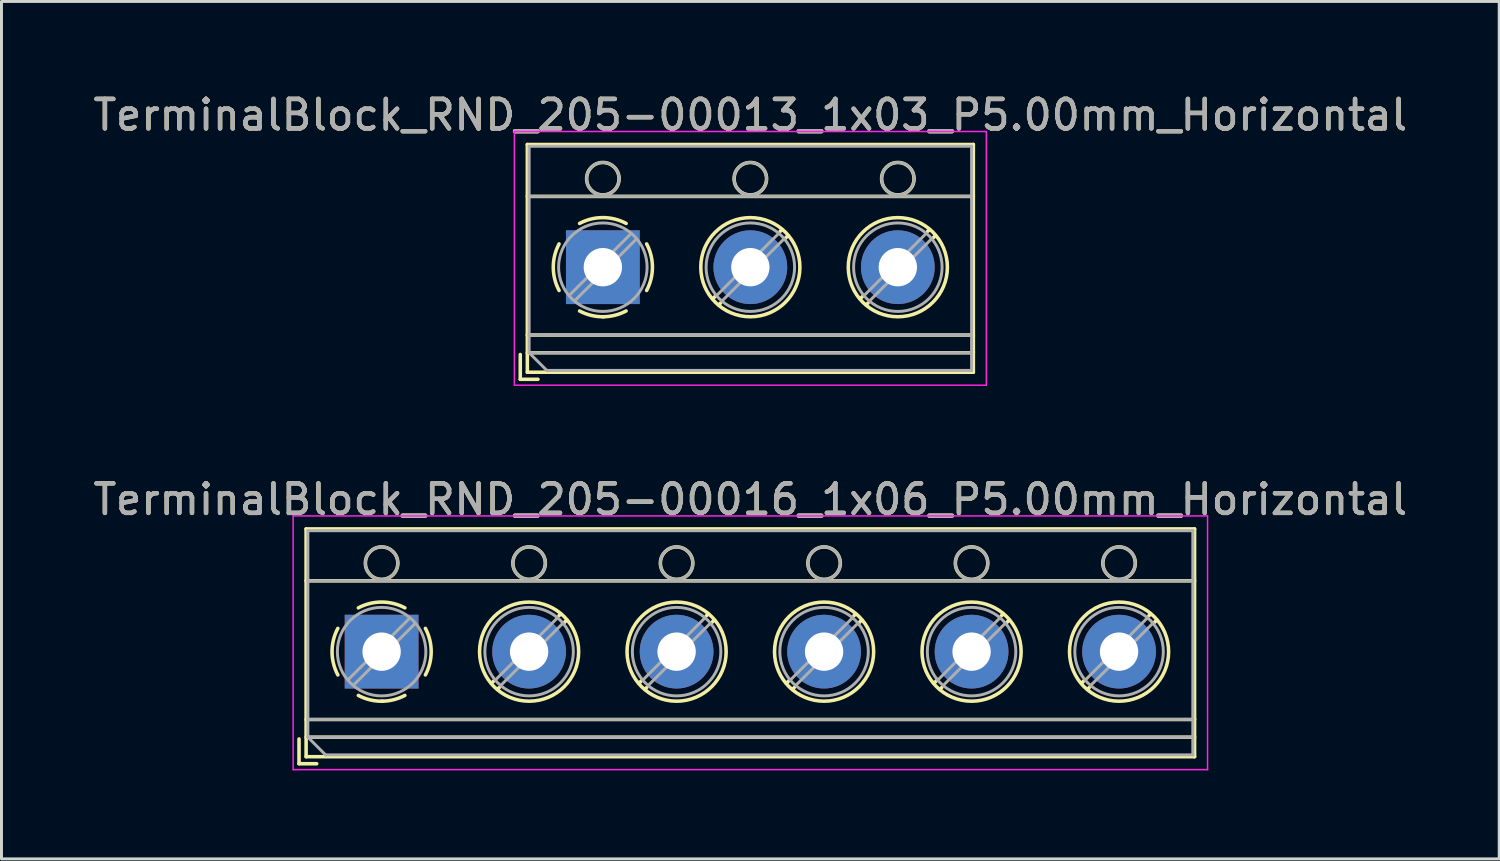
<source format=kicad_pcb>
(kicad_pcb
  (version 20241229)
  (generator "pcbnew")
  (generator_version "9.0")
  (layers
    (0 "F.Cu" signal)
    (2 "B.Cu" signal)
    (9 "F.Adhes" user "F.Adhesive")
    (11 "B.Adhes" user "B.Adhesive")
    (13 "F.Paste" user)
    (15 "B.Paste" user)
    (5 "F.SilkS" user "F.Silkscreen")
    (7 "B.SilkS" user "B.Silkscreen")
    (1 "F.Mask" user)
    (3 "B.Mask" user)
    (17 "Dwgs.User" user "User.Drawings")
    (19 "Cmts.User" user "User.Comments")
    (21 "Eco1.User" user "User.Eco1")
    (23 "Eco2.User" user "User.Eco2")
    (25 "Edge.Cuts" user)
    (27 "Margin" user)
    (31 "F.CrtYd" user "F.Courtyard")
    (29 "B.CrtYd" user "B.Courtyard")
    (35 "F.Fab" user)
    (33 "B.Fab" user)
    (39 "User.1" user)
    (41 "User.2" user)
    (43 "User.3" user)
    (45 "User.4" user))
  (footprint "TerminalBlock_RND_205-00016_1x06_P5.00mm_Horizontal"
    (layer "F.Cu")
    (at 9.887 19.041)
    (property "Reference" "TerminalBlock_RND_205-00016_1x06_P5.00mm_Horizontal" (at 12.5 -5.16 0) (layer "F.SilkS") (effects (font (size 1 1) (thickness 0.15))))
    (attr through_hole)
    (fp_line (start -2.8 2.96) (end -2.8 3.8) (stroke (width 0.12) (type solid)) (layer "F.SilkS"))
    (fp_line (start -2.8 3.8) (end -2.2 3.8) (stroke (width 0.12) (type solid)) (layer "F.SilkS"))
    (fp_line (start -2.56 -4.16) (end -2.56 3.561) (stroke (width 0.12) (type solid)) (layer "F.SilkS"))
    (fp_line (start -2.56 -4.16) (end 27.56 -4.16) (stroke (width 0.12) (type solid)) (layer "F.SilkS"))
    (fp_line (start -2.56 -2.4) (end 27.56 -2.4) (stroke (width 0.12) (type solid)) (layer "F.SilkS"))
    (fp_line (start -2.56 2.3) (end 27.56 2.3) (stroke (width 0.12) (type solid)) (layer "F.SilkS"))
    (fp_line (start -2.56 2.9) (end 27.56 2.9) (stroke (width 0.12) (type solid)) (layer "F.SilkS"))
    (fp_line (start -2.56 3.561) (end 27.56 3.561) (stroke (width 0.12) (type solid)) (layer "F.SilkS"))
    (fp_line (start 3.82 0.976) (end 3.726 1.069) (stroke (width 0.12) (type solid)) (layer "F.SilkS"))
    (fp_line (start 3.99 1.216) (end 3.931 1.274) (stroke (width 0.12) (type solid)) (layer "F.SilkS"))
    (fp_line (start 6.07 -1.275) (end 6.011 -1.216) (stroke (width 0.12) (type solid)) (layer "F.SilkS"))
    (fp_line (start 6.275 -1.069) (end 6.181 -0.976) (stroke (width 0.12) (type solid)) (layer "F.SilkS"))
    (fp_line (start 8.82 0.976) (end 8.726 1.069) (stroke (width 0.12) (type solid)) (layer "F.SilkS"))
    (fp_line (start 8.99 1.216) (end 8.931 1.274) (stroke (width 0.12) (type solid)) (layer "F.SilkS"))
    (fp_line (start 11.07 -1.275) (end 11.011 -1.216) (stroke (width 0.12) (type solid)) (layer "F.SilkS"))
    (fp_line (start 11.275 -1.069) (end 11.181 -0.976) (stroke (width 0.12) (type solid)) (layer "F.SilkS"))
    (fp_line (start 13.82 0.976) (end 13.726 1.069) (stroke (width 0.12) (type solid)) (layer "F.SilkS"))
    (fp_line (start 13.99 1.216) (end 13.931 1.274) (stroke (width 0.12) (type solid)) (layer "F.SilkS"))
    (fp_line (start 16.07 -1.275) (end 16.011 -1.216) (stroke (width 0.12) (type solid)) (layer "F.SilkS"))
    (fp_line (start 16.275 -1.069) (end 16.181 -0.976) (stroke (width 0.12) (type solid)) (layer "F.SilkS"))
    (fp_line (start 18.82 0.976) (end 18.726 1.069) (stroke (width 0.12) (type solid)) (layer "F.SilkS"))
    (fp_line (start 18.99 1.216) (end 18.931 1.274) (stroke (width 0.12) (type solid)) (layer "F.SilkS"))
    (fp_line (start 21.07 -1.275) (end 21.011 -1.216) (stroke (width 0.12) (type solid)) (layer "F.SilkS"))
    (fp_line (start 21.275 -1.069) (end 21.181 -0.976) (stroke (width 0.12) (type solid)) (layer "F.SilkS"))
    (fp_line (start 23.82 0.976) (end 23.726 1.069) (stroke (width 0.12) (type solid)) (layer "F.SilkS"))
    (fp_line (start 23.99 1.216) (end 23.931 1.274) (stroke (width 0.12) (type solid)) (layer "F.SilkS"))
    (fp_line (start 26.07 -1.275) (end 26.011 -1.216) (stroke (width 0.12) (type solid)) (layer "F.SilkS"))
    (fp_line (start 26.275 -1.069) (end 26.181 -0.976) (stroke (width 0.12) (type solid)) (layer "F.SilkS"))
    (fp_line (start 27.56 -4.16) (end 27.56 3.561) (stroke (width 0.12) (type solid)) (layer "F.SilkS"))
    (fp_arc (start -1.483953 0.789089) (mid -1.680708 0.00005) (end -1.484 -0.789) (stroke (width 0.12) (type solid)) (layer "F.SilkS"))
    (fp_arc (start -0.789089 -1.483953) (mid -0.00005 -1.680708) (end 0.789 -1.484) (stroke (width 0.12) (type solid)) (layer "F.SilkS"))
    (fp_arc (start 0.029383 1.68045) (mid -0.392304 1.634281) (end -0.789 1.484) (stroke (width 0.12) (type solid)) (layer "F.SilkS"))
    (fp_arc (start 0.788712 1.483352) (mid 0.406429 1.630097) (end 0 1.68) (stroke (width 0.12) (type solid)) (layer "F.SilkS"))
    (fp_arc (start 1.483953 -0.789089) (mid 1.680708 -0.00005) (end 1.484 0.789) (stroke (width 0.12) (type solid)) (layer "F.SilkS"))
    (fp_circle (center 0 -3) (end 0.55 -3) (stroke (width 0.12) (type solid)) (fill no) (layer "F.SilkS"))
    (fp_circle (center 5 -3) (end 5.55 -3) (stroke (width 0.12) (type solid)) (fill no) (layer "F.SilkS"))
    (fp_circle (center 5 0) (end 6.68 0) (stroke (width 0.12) (type solid)) (fill no) (layer "F.SilkS"))
    (fp_circle (center 10 -3) (end 10.55 -3) (stroke (width 0.12) (type solid)) (fill no) (layer "F.SilkS"))
    (fp_circle (center 10 0) (end 11.68 0) (stroke (width 0.12) (type solid)) (fill no) (layer "F.SilkS"))
    (fp_circle (center 15 -3) (end 15.55 -3) (stroke (width 0.12) (type solid)) (fill no) (layer "F.SilkS"))
    (fp_circle (center 15 0) (end 16.68 0) (stroke (width 0.12) (type solid)) (fill no) (layer "F.SilkS"))
    (fp_circle (center 20 -3) (end 20.55 -3) (stroke (width 0.12) (type solid)) (fill no) (layer "F.SilkS"))
    (fp_circle (center 20 0) (end 21.68 0) (stroke (width 0.12) (type solid)) (fill no) (layer "F.SilkS"))
    (fp_circle (center 25 -3) (end 25.55 -3) (stroke (width 0.12) (type solid)) (fill no) (layer "F.SilkS"))
    (fp_circle (center 25 0) (end 26.68 0) (stroke (width 0.12) (type solid)) (fill no) (layer "F.SilkS"))
    (fp_line (start -3 -4.6) (end -3 4) (stroke (width 0.05) (type solid)) (layer "F.CrtYd"))
    (fp_line (start -3 4) (end 28 4) (stroke (width 0.05) (type solid)) (layer "F.CrtYd"))
    (fp_line (start 28 -4.6) (end -3 -4.6) (stroke (width 0.05) (type solid)) (layer "F.CrtYd"))
    (fp_line (start 28 4) (end 28 -4.6) (stroke (width 0.05) (type solid)) (layer "F.CrtYd"))
    (fp_line (start -2.5 -4.1) (end 27.5 -4.1) (stroke (width 0.1) (type solid)) (layer "F.Fab"))
    (fp_line (start -2.5 -2.4) (end 27.5 -2.4) (stroke (width 0.1) (type solid)) (layer "F.Fab"))
    (fp_line (start -2.5 2.3) (end 27.5 2.3) (stroke (width 0.1) (type solid)) (layer "F.Fab"))
    (fp_line (start -2.5 2.9) (end -2.5 -4.1) (stroke (width 0.1) (type solid)) (layer "F.Fab"))
    (fp_line (start -2.5 2.9) (end 27.5 2.9) (stroke (width 0.1) (type solid)) (layer "F.Fab"))
    (fp_line (start -1.9 3.5) (end -2.5 2.9) (stroke (width 0.1) (type solid)) (layer "F.Fab"))
    (fp_line (start 0.955 -1.138) (end -1.138 0.955) (stroke (width 0.1) (type solid)) (layer "F.Fab"))
    (fp_line (start 1.138 -0.955) (end -0.955 1.138) (stroke (width 0.1) (type solid)) (layer "F.Fab"))
    (fp_line (start 5.955 -1.138) (end 3.863 0.955) (stroke (width 0.1) (type solid)) (layer "F.Fab"))
    (fp_line (start 6.138 -0.955) (end 4.046 1.138) (stroke (width 0.1) (type solid)) (layer "F.Fab"))
    (fp_line (start 10.955 -1.138) (end 8.863 0.955) (stroke (width 0.1) (type solid)) (layer "F.Fab"))
    (fp_line (start 11.138 -0.955) (end 9.046 1.138) (stroke (width 0.1) (type solid)) (layer "F.Fab"))
    (fp_line (start 15.955 -1.138) (end 13.863 0.955) (stroke (width 0.1) (type solid)) (layer "F.Fab"))
    (fp_line (start 16.138 -0.955) (end 14.046 1.138) (stroke (width 0.1) (type solid)) (layer "F.Fab"))
    (fp_line (start 20.955 -1.138) (end 18.863 0.955) (stroke (width 0.1) (type solid)) (layer "F.Fab"))
    (fp_line (start 21.138 -0.955) (end 19.046 1.138) (stroke (width 0.1) (type solid)) (layer "F.Fab"))
    (fp_line (start 25.955 -1.138) (end 23.863 0.955) (stroke (width 0.1) (type solid)) (layer "F.Fab"))
    (fp_line (start 26.138 -0.955) (end 24.046 1.138) (stroke (width 0.1) (type solid)) (layer "F.Fab"))
    (fp_line (start 27.5 -4.1) (end 27.5 3.5) (stroke (width 0.1) (type solid)) (layer "F.Fab"))
    (fp_line (start 27.5 3.5) (end -1.9 3.5) (stroke (width 0.1) (type solid)) (layer "F.Fab"))
    (fp_circle (center 0 -3) (end 0.55 -3) (stroke (width 0.1) (type solid)) (fill no) (layer "F.Fab"))
    (fp_circle (center 0 0) (end 1.5 0) (stroke (width 0.1) (type solid)) (fill no) (layer "F.Fab"))
    (fp_circle (center 5 -3) (end 5.55 -3) (stroke (width 0.1) (type solid)) (fill no) (layer "F.Fab"))
    (fp_circle (center 5 0) (end 6.5 0) (stroke (width 0.1) (type solid)) (fill no) (layer "F.Fab"))
    (fp_circle (center 10 -3) (end 10.55 -3) (stroke (width 0.1) (type solid)) (fill no) (layer "F.Fab"))
    (fp_circle (center 10 0) (end 11.5 0) (stroke (width 0.1) (type solid)) (fill no) (layer "F.Fab"))
    (fp_circle (center 15 -3) (end 15.55 -3) (stroke (width 0.1) (type solid)) (fill no) (layer "F.Fab"))
    (fp_circle (center 15 0) (end 16.5 0) (stroke (width 0.1) (type solid)) (fill no) (layer "F.Fab"))
    (fp_circle (center 20 -3) (end 20.55 -3) (stroke (width 0.1) (type solid)) (fill no) (layer "F.Fab"))
    (fp_circle (center 20 0) (end 21.5 0) (stroke (width 0.1) (type solid)) (fill no) (layer "F.Fab"))
    (fp_circle (center 25 -3) (end 25.55 -3) (stroke (width 0.1) (type solid)) (fill no) (layer "F.Fab"))
    (fp_circle (center 25 0) (end 26.5 0) (stroke (width 0.1) (type solid)) (fill no) (layer "F.Fab"))
    (fp_text user "${REFERENCE}" (at 12.5 -5.16 0) (layer "F.Fab") (effects (font (size 1 1) (thickness 0.15))))
    (pad "1" thru_hole rect (at 0 0) (size 2.5 2.5) (drill 1.3) (layers "*.Cu" "*.Mask"))
    (pad "2" thru_hole circle (at 5 0) (size 2.5 2.5) (drill 1.3) (layers "*.Cu" "*.Mask"))
    (pad "3" thru_hole circle (at 10 0) (size 2.5 2.5) (drill 1.3) (layers "*.Cu" "*.Mask"))
    (pad "4" thru_hole circle (at 15 0) (size 2.5 2.5) (drill 1.3) (layers "*.Cu" "*.Mask"))
    (pad "5" thru_hole circle (at 20 0) (size 2.5 2.5) (drill 1.3) (layers "*.Cu" "*.Mask"))
    (pad "6" thru_hole circle (at 25 0) (size 2.5 2.5) (drill 1.3) (layers "*.Cu" "*.Mask")))
  (footprint "TerminalBlock_RND_205-00013_1x03_P5.00mm_Horizontal"
    (layer "F.Cu")
    (at 17.387 6.008)
    (property "Reference" "TerminalBlock_RND_205-00013_1x03_P5.00mm_Horizontal" (at 5 -5.16 0) (layer "F.SilkS") (effects (font (size 1 1) (thickness 0.15))))
    (attr through_hole)
    (fp_line (start -2.8 2.96) (end -2.8 3.8) (stroke (width 0.12) (type solid)) (layer "F.SilkS"))
    (fp_line (start -2.8 3.8) (end -2.2 3.8) (stroke (width 0.12) (type solid)) (layer "F.SilkS"))
    (fp_line (start -2.56 -4.16) (end -2.56 3.561) (stroke (width 0.12) (type solid)) (layer "F.SilkS"))
    (fp_line (start -2.56 -4.16) (end 12.56 -4.16) (stroke (width 0.12) (type solid)) (layer "F.SilkS"))
    (fp_line (start -2.56 -2.4) (end 12.56 -2.4) (stroke (width 0.12) (type solid)) (layer "F.SilkS"))
    (fp_line (start -2.56 2.3) (end 12.56 2.3) (stroke (width 0.12) (type solid)) (layer "F.SilkS"))
    (fp_line (start -2.56 2.9) (end 12.56 2.9) (stroke (width 0.12) (type solid)) (layer "F.SilkS"))
    (fp_line (start -2.56 3.561) (end 12.56 3.561) (stroke (width 0.12) (type solid)) (layer "F.SilkS"))
    (fp_line (start 3.82 0.976) (end 3.726 1.069) (stroke (width 0.12) (type solid)) (layer "F.SilkS"))
    (fp_line (start 3.99 1.216) (end 3.931 1.274) (stroke (width 0.12) (type solid)) (layer "F.SilkS"))
    (fp_line (start 6.07 -1.275) (end 6.011 -1.216) (stroke (width 0.12) (type solid)) (layer "F.SilkS"))
    (fp_line (start 6.275 -1.069) (end 6.181 -0.976) (stroke (width 0.12) (type solid)) (layer "F.SilkS"))
    (fp_line (start 8.82 0.976) (end 8.726 1.069) (stroke (width 0.12) (type solid)) (layer "F.SilkS"))
    (fp_line (start 8.99 1.216) (end 8.931 1.274) (stroke (width 0.12) (type solid)) (layer "F.SilkS"))
    (fp_line (start 11.07 -1.275) (end 11.011 -1.216) (stroke (width 0.12) (type solid)) (layer "F.SilkS"))
    (fp_line (start 11.275 -1.069) (end 11.181 -0.976) (stroke (width 0.12) (type solid)) (layer "F.SilkS"))
    (fp_line (start 12.56 -4.16) (end 12.56 3.561) (stroke (width 0.12) (type solid)) (layer "F.SilkS"))
    (fp_arc (start -1.483953 0.789089) (mid -1.680708 0.00005) (end -1.484 -0.789) (stroke (width 0.12) (type solid)) (layer "F.SilkS"))
    (fp_arc (start -0.789089 -1.483953) (mid -0.00005 -1.680708) (end 0.789 -1.484) (stroke (width 0.12) (type solid)) (layer "F.SilkS"))
    (fp_arc (start 0.029383 1.68045) (mid -0.392304 1.634281) (end -0.789 1.484) (stroke (width 0.12) (type solid)) (layer "F.SilkS"))
    (fp_arc (start 0.788712 1.483352) (mid 0.406429 1.630097) (end 0 1.68) (stroke (width 0.12) (type solid)) (layer "F.SilkS"))
    (fp_arc (start 1.483953 -0.789089) (mid 1.680708 -0.00005) (end 1.484 0.789) (stroke (width 0.12) (type solid)) (layer "F.SilkS"))
    (fp_circle (center 0 -3) (end 0.55 -3) (stroke (width 0.12) (type solid)) (fill no) (layer "F.SilkS"))
    (fp_circle (center 5 -3) (end 5.55 -3) (stroke (width 0.12) (type solid)) (fill no) (layer "F.SilkS"))
    (fp_circle (center 5 0) (end 6.68 0) (stroke (width 0.12) (type solid)) (fill no) (layer "F.SilkS"))
    (fp_circle (center 10 -3) (end 10.55 -3) (stroke (width 0.12) (type solid)) (fill no) (layer "F.SilkS"))
    (fp_circle (center 10 0) (end 11.68 0) (stroke (width 0.12) (type solid)) (fill no) (layer "F.SilkS"))
    (fp_line (start -3 -4.6) (end -3 4) (stroke (width 0.05) (type solid)) (layer "F.CrtYd"))
    (fp_line (start -3 4) (end 13 4) (stroke (width 0.05) (type solid)) (layer "F.CrtYd"))
    (fp_line (start 13 -4.6) (end -3 -4.6) (stroke (width 0.05) (type solid)) (layer "F.CrtYd"))
    (fp_line (start 13 4) (end 13 -4.6) (stroke (width 0.05) (type solid)) (layer "F.CrtYd"))
    (fp_line (start -2.5 -4.1) (end 12.5 -4.1) (stroke (width 0.1) (type solid)) (layer "F.Fab"))
    (fp_line (start -2.5 -2.4) (end 12.5 -2.4) (stroke (width 0.1) (type solid)) (layer "F.Fab"))
    (fp_line (start -2.5 2.3) (end 12.5 2.3) (stroke (width 0.1) (type solid)) (layer "F.Fab"))
    (fp_line (start -2.5 2.9) (end -2.5 -4.1) (stroke (width 0.1) (type solid)) (layer "F.Fab"))
    (fp_line (start -2.5 2.9) (end 12.5 2.9) (stroke (width 0.1) (type solid)) (layer "F.Fab"))
    (fp_line (start -1.9 3.5) (end -2.5 2.9) (stroke (width 0.1) (type solid)) (layer "F.Fab"))
    (fp_line (start 0.955 -1.138) (end -1.138 0.955) (stroke (width 0.1) (type solid)) (layer "F.Fab"))
    (fp_line (start 1.138 -0.955) (end -0.955 1.138) (stroke (width 0.1) (type solid)) (layer "F.Fab"))
    (fp_line (start 5.955 -1.138) (end 3.863 0.955) (stroke (width 0.1) (type solid)) (layer "F.Fab"))
    (fp_line (start 6.138 -0.955) (end 4.046 1.138) (stroke (width 0.1) (type solid)) (layer "F.Fab"))
    (fp_line (start 10.955 -1.138) (end 8.863 0.955) (stroke (width 0.1) (type solid)) (layer "F.Fab"))
    (fp_line (start 11.138 -0.955) (end 9.046 1.138) (stroke (width 0.1) (type solid)) (layer "F.Fab"))
    (fp_line (start 12.5 -4.1) (end 12.5 3.5) (stroke (width 0.1) (type solid)) (layer "F.Fab"))
    (fp_line (start 12.5 3.5) (end -1.9 3.5) (stroke (width 0.1) (type solid)) (layer "F.Fab"))
    (fp_circle (center 0 -3) (end 0.55 -3) (stroke (width 0.1) (type solid)) (fill no) (layer "F.Fab"))
    (fp_circle (center 0 0) (end 1.5 0) (stroke (width 0.1) (type solid)) (fill no) (layer "F.Fab"))
    (fp_circle (center 5 -3) (end 5.55 -3) (stroke (width 0.1) (type solid)) (fill no) (layer "F.Fab"))
    (fp_circle (center 5 0) (end 6.5 0) (stroke (width 0.1) (type solid)) (fill no) (layer "F.Fab"))
    (fp_circle (center 10 -3) (end 10.55 -3) (stroke (width 0.1) (type solid)) (fill no) (layer "F.Fab"))
    (fp_circle (center 10 0) (end 11.5 0) (stroke (width 0.1) (type solid)) (fill no) (layer "F.Fab"))
    (fp_text user "${REFERENCE}" (at 5 -5.16 0) (layer "F.Fab") (effects (font (size 1 1) (thickness 0.15))))
    (pad "1" thru_hole rect (at 0 0) (size 2.5 2.5) (drill 1.3) (layers "*.Cu" "*.Mask"))
    (pad "2" thru_hole circle (at 5 0) (size 2.5 2.5) (drill 1.3) (layers "*.Cu" "*.Mask"))
    (pad "3" thru_hole circle (at 10 0) (size 2.5 2.5) (drill 1.3) (layers "*.Cu" "*.Mask")))
  (gr_rect
    (start -3 -3)
    (end 47.774 26.067)
    (stroke (width 0.1) (type default))
    (fill no)
    (layer "Edge.Cuts")))
</source>
